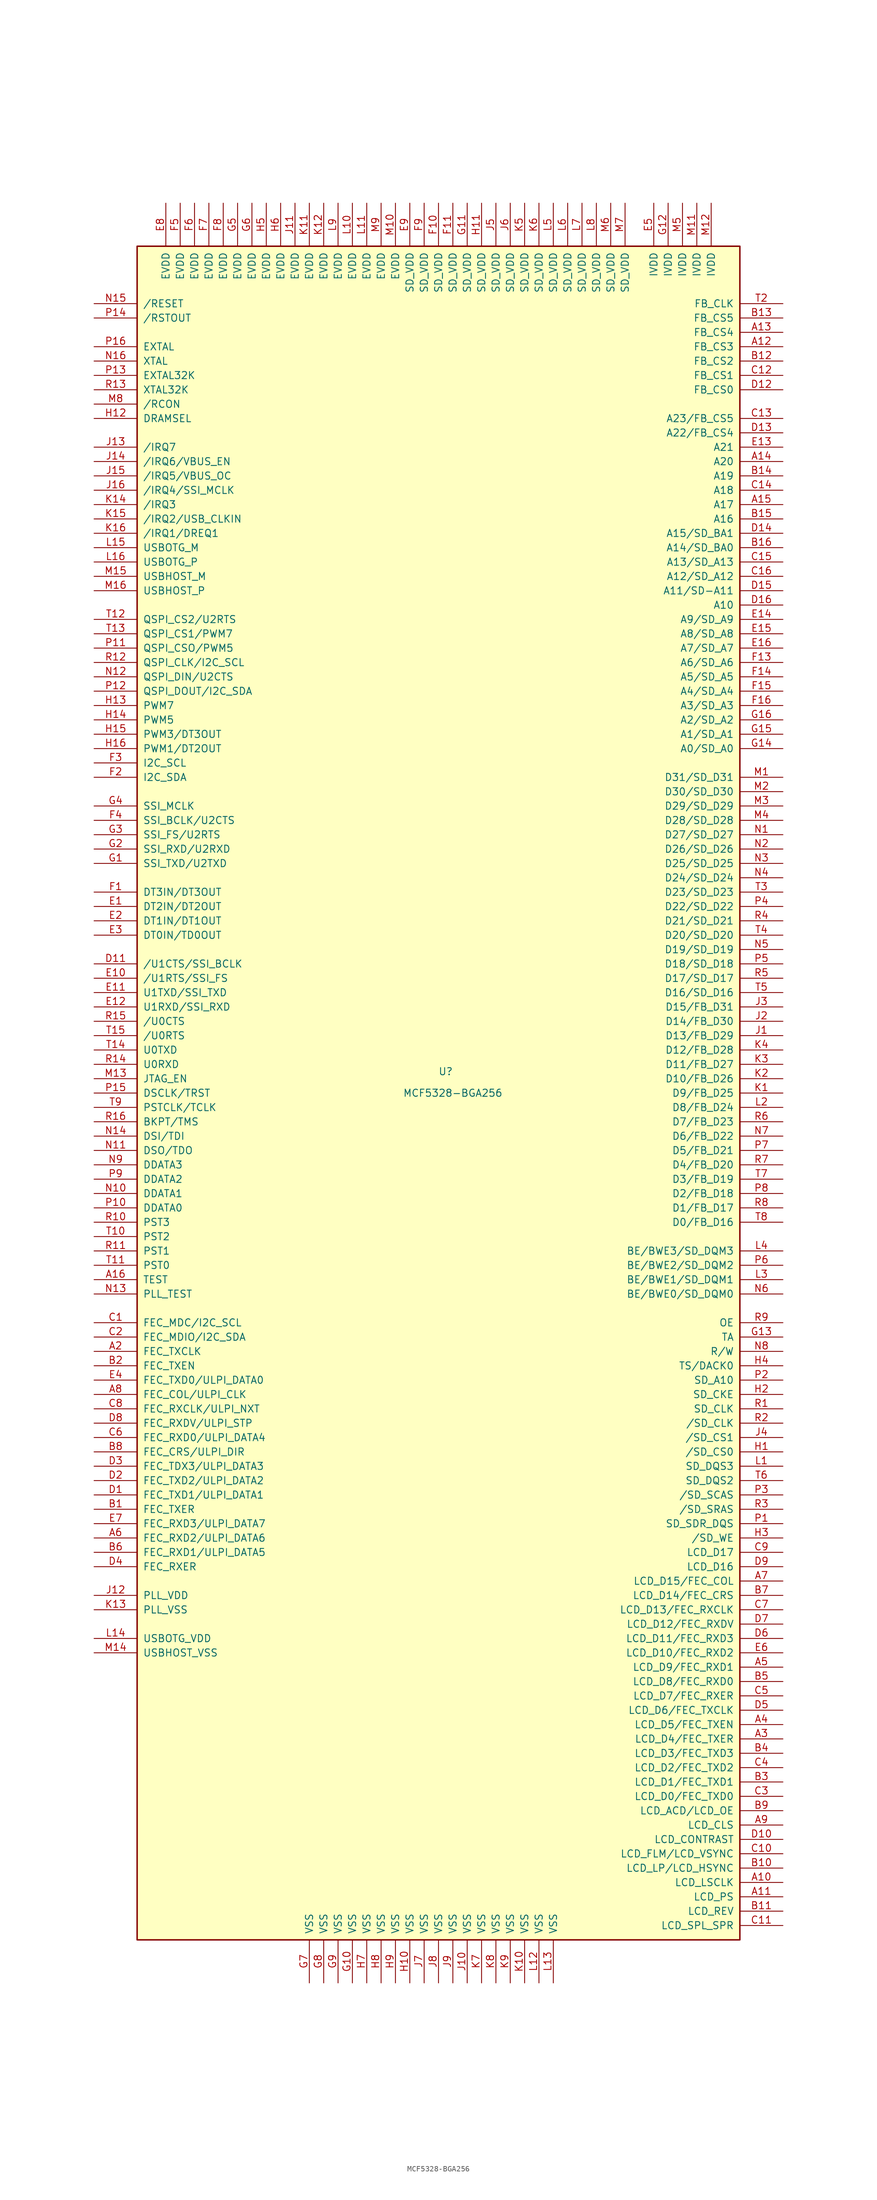
<source format=kicad_sym>
(kicad_symbol_lib
  (version 20211014)
  (generator kicad_symbol_editor)
  (symbol "MCF5328-BGA256"
    (pin_names
      (offset 1.016))
    (property "Reference" "U"
      (at 1.27 3.81 0)
      (effects (font (size 1.27 1.27))))
    (property "Value" "MCF5328-BGA256"
      (at 2.54 0 0)
      (effects (font (size 1.27 1.27))))
    (symbol "MCF5328-BGA256_0_1"
      (rectangle (start -53.34 149.86) (end 53.34 -149.86) (stroke (width 0.254) (type default) (color 0 0 0 0)) (fill (type background))))
    (symbol "MCF5328-BGA256_1_1"
      (pin output line (at 60.96 -139.7 180) (length 7.62) (name "LCD_LSCLK" (effects (font (size 1.27 1.27)))) (number "A10" (effects (font (size 1.27 1.27)))))
      (pin output line (at 60.96 -142.24 180) (length 7.62) (name "LCD_PS" (effects (font (size 1.27 1.27)))) (number "A11" (effects (font (size 1.27 1.27)))))
      (pin output line (at 60.96 132.08 180) (length 7.62) (name "FB_CS3" (effects (font (size 1.27 1.27)))) (number "A12" (effects (font (size 1.27 1.27)))))
      (pin output line (at 60.96 134.62 180) (length 7.62) (name "FB_CS4" (effects (font (size 1.27 1.27)))) (number "A13" (effects (font (size 1.27 1.27)))))
      (pin output line (at 60.96 111.76 180) (length 7.62) (name "A20" (effects (font (size 1.27 1.27)))) (number "A14" (effects (font (size 1.27 1.27)))))
      (pin output line (at 60.96 104.14 180) (length 7.62) (name "A17" (effects (font (size 1.27 1.27)))) (number "A15" (effects (font (size 1.27 1.27)))))
      (pin input line (at -60.96 -33.02 0) (length 7.62) (name "TEST" (effects (font (size 1.27 1.27)))) (number "A16" (effects (font (size 1.27 1.27)))))
      (pin input line (at -60.96 -45.72 0) (length 7.62) (name "FEC_TXCLK" (effects (font (size 1.27 1.27)))) (number "A2" (effects (font (size 1.27 1.27)))))
      (pin output line (at 60.96 -114.3 180) (length 7.62) (name "LCD_D4/FEC_TXER" (effects (font (size 1.27 1.27)))) (number "A3" (effects (font (size 1.27 1.27)))))
      (pin output line (at 60.96 -111.76 180) (length 7.62) (name "LCD_D5/FEC_TXEN" (effects (font (size 1.27 1.27)))) (number "A4" (effects (font (size 1.27 1.27)))))
      (pin output line (at 60.96 -101.6 180) (length 7.62) (name "LCD_D9/FEC_RXD1" (effects (font (size 1.27 1.27)))) (number "A5" (effects (font (size 1.27 1.27)))))
      (pin input line (at -60.96 -78.74 0) (length 7.62) (name "FEC_RXD2/ULPI_DATA6" (effects (font (size 1.27 1.27)))) (number "A6" (effects (font (size 1.27 1.27)))))
      (pin output line (at 60.96 -86.36 180) (length 7.62) (name "LCD_D15/FEC_COL" (effects (font (size 1.27 1.27)))) (number "A7" (effects (font (size 1.27 1.27)))))
      (pin input line (at -60.96 -53.34 0) (length 7.62) (name "FEC_COL/ULPI_CLK" (effects (font (size 1.27 1.27)))) (number "A8" (effects (font (size 1.27 1.27)))))
      (pin output line (at 60.96 -129.54 180) (length 7.62) (name "LCD_CLS" (effects (font (size 1.27 1.27)))) (number "A9" (effects (font (size 1.27 1.27)))))
      (pin output line (at -60.96 -73.66 0) (length 7.62) (name "FEC_TXER" (effects (font (size 1.27 1.27)))) (number "B1" (effects (font (size 1.27 1.27)))))
      (pin output line (at 60.96 -137.16 180) (length 7.62) (name "LCD_LP/LCD_HSYNC" (effects (font (size 1.27 1.27)))) (number "B10" (effects (font (size 1.27 1.27)))))
      (pin output line (at 60.96 -144.78 180) (length 7.62) (name "LCD_REV" (effects (font (size 1.27 1.27)))) (number "B11" (effects (font (size 1.27 1.27)))))
      (pin output line (at 60.96 129.54 180) (length 7.62) (name "FB_CS2" (effects (font (size 1.27 1.27)))) (number "B12" (effects (font (size 1.27 1.27)))))
      (pin output line (at 60.96 137.16 180) (length 7.62) (name "FB_CS5" (effects (font (size 1.27 1.27)))) (number "B13" (effects (font (size 1.27 1.27)))))
      (pin output line (at 60.96 109.22 180) (length 7.62) (name "A19" (effects (font (size 1.27 1.27)))) (number "B14" (effects (font (size 1.27 1.27)))))
      (pin output line (at 60.96 101.6 180) (length 7.62) (name "A16" (effects (font (size 1.27 1.27)))) (number "B15" (effects (font (size 1.27 1.27)))))
      (pin output line (at 60.96 96.52 180) (length 7.62) (name "A14/SD_BA0" (effects (font (size 1.27 1.27)))) (number "B16" (effects (font (size 1.27 1.27)))))
      (pin output line (at -60.96 -48.26 0) (length 7.62) (name "FEC_TXEN" (effects (font (size 1.27 1.27)))) (number "B2" (effects (font (size 1.27 1.27)))))
      (pin output line (at 60.96 -121.92 180) (length 7.62) (name "LCD_D1/FEC_TXD1" (effects (font (size 1.27 1.27)))) (number "B3" (effects (font (size 1.27 1.27)))))
      (pin output line (at 60.96 -116.84 180) (length 7.62) (name "LCD_D3/FEC_TXD3" (effects (font (size 1.27 1.27)))) (number "B4" (effects (font (size 1.27 1.27)))))
      (pin output line (at 60.96 -104.14 180) (length 7.62) (name "LCD_D8/FEC_RXD0" (effects (font (size 1.27 1.27)))) (number "B5" (effects (font (size 1.27 1.27)))))
      (pin input line (at -60.96 -81.28 0) (length 7.62) (name "FEC_RXD1/ULPI_DATA5" (effects (font (size 1.27 1.27)))) (number "B6" (effects (font (size 1.27 1.27)))))
      (pin output line (at 60.96 -88.9 180) (length 7.62) (name "LCD_D14/FEC_CRS" (effects (font (size 1.27 1.27)))) (number "B7" (effects (font (size 1.27 1.27)))))
      (pin input line (at -60.96 -63.5 0) (length 7.62) (name "FEC_CRS/ULPI_DIR" (effects (font (size 1.27 1.27)))) (number "B8" (effects (font (size 1.27 1.27)))))
      (pin output line (at 60.96 -127 180) (length 7.62) (name "LCD_ACD/LCD_OE" (effects (font (size 1.27 1.27)))) (number "B9" (effects (font (size 1.27 1.27)))))
      (pin output line (at -60.96 -40.64 0) (length 7.62) (name "FEC_MDC/I2C_SCL" (effects (font (size 1.27 1.27)))) (number "C1" (effects (font (size 1.27 1.27)))))
      (pin output line (at 60.96 -134.62 180) (length 7.62) (name "LCD_FLM/LCD_VSYNC" (effects (font (size 1.27 1.27)))) (number "C10" (effects (font (size 1.27 1.27)))))
      (pin output line (at 60.96 -147.32 180) (length 7.62) (name "LCD_SPL_SPR" (effects (font (size 1.27 1.27)))) (number "C11" (effects (font (size 1.27 1.27)))))
      (pin output line (at 60.96 127 180) (length 7.62) (name "FB_CS1" (effects (font (size 1.27 1.27)))) (number "C12" (effects (font (size 1.27 1.27)))))
      (pin output line (at 60.96 119.38 180) (length 7.62) (name "A23/FB_CS5" (effects (font (size 1.27 1.27)))) (number "C13" (effects (font (size 1.27 1.27)))))
      (pin output line (at 60.96 106.68 180) (length 7.62) (name "A18" (effects (font (size 1.27 1.27)))) (number "C14" (effects (font (size 1.27 1.27)))))
      (pin output line (at 60.96 93.98 180) (length 7.62) (name "A13/SD_A13" (effects (font (size 1.27 1.27)))) (number "C15" (effects (font (size 1.27 1.27)))))
      (pin output line (at 60.96 91.44 180) (length 7.62) (name "A12/SD_A12" (effects (font (size 1.27 1.27)))) (number "C16" (effects (font (size 1.27 1.27)))))
      (pin bidirectional line (at -60.96 -43.18 0) (length 7.62) (name "FEC_MDIO/I2C_SDA" (effects (font (size 1.27 1.27)))) (number "C2" (effects (font (size 1.27 1.27)))))
      (pin output line (at 60.96 -124.46 180) (length 7.62) (name "LCD_D0/FEC_TXD0" (effects (font (size 1.27 1.27)))) (number "C3" (effects (font (size 1.27 1.27)))))
      (pin output line (at 60.96 -119.38 180) (length 7.62) (name "LCD_D2/FEC_TXD2" (effects (font (size 1.27 1.27)))) (number "C4" (effects (font (size 1.27 1.27)))))
      (pin output line (at 60.96 -106.68 180) (length 7.62) (name "LCD_D7/FEC_RXER" (effects (font (size 1.27 1.27)))) (number "C5" (effects (font (size 1.27 1.27)))))
      (pin input line (at -60.96 -60.96 0) (length 7.62) (name "FEC_RXD0/ULPI_DATA4" (effects (font (size 1.27 1.27)))) (number "C6" (effects (font (size 1.27 1.27)))))
      (pin output line (at 60.96 -91.44 180) (length 7.62) (name "LCD_D13/FEC_RXCLK" (effects (font (size 1.27 1.27)))) (number "C7" (effects (font (size 1.27 1.27)))))
      (pin input line (at -60.96 -55.88 0) (length 7.62) (name "FEC_RXCLK/ULPI_NXT" (effects (font (size 1.27 1.27)))) (number "C8" (effects (font (size 1.27 1.27)))))
      (pin output line (at 60.96 -81.28 180) (length 7.62) (name "LCD_D17" (effects (font (size 1.27 1.27)))) (number "C9" (effects (font (size 1.27 1.27)))))
      (pin output line (at -60.96 -71.12 0) (length 7.62) (name "FEC_TXD1/ULPI_DATA1" (effects (font (size 1.27 1.27)))) (number "D1" (effects (font (size 1.27 1.27)))))
      (pin output line (at 60.96 -132.08 180) (length 7.62) (name "LCD_CONTRAST" (effects (font (size 1.27 1.27)))) (number "D10" (effects (font (size 1.27 1.27)))))
      (pin input line (at -60.96 22.86 0) (length 7.62) (name "/U1CTS/SSI_BCLK" (effects (font (size 1.27 1.27)))) (number "D11" (effects (font (size 1.27 1.27)))))
      (pin output line (at 60.96 124.46 180) (length 7.62) (name "FB_CS0" (effects (font (size 1.27 1.27)))) (number "D12" (effects (font (size 1.27 1.27)))))
      (pin output line (at 60.96 116.84 180) (length 7.62) (name "A22/FB_CS4" (effects (font (size 1.27 1.27)))) (number "D13" (effects (font (size 1.27 1.27)))))
      (pin output line (at 60.96 99.06 180) (length 7.62) (name "A15/SD_BA1" (effects (font (size 1.27 1.27)))) (number "D14" (effects (font (size 1.27 1.27)))))
      (pin output line (at 60.96 88.9 180) (length 7.62) (name "A11/SD-A11" (effects (font (size 1.27 1.27)))) (number "D15" (effects (font (size 1.27 1.27)))))
      (pin output line (at 60.96 86.36 180) (length 7.62) (name "A10" (effects (font (size 1.27 1.27)))) (number "D16" (effects (font (size 1.27 1.27)))))
      (pin output line (at -60.96 -68.58 0) (length 7.62) (name "FEC_TXD2/ULPI_DATA2" (effects (font (size 1.27 1.27)))) (number "D2" (effects (font (size 1.27 1.27)))))
      (pin output line (at -60.96 -66.04 0) (length 7.62) (name "FEC_TDX3/ULPI_DATA3" (effects (font (size 1.27 1.27)))) (number "D3" (effects (font (size 1.27 1.27)))))
      (pin input line (at -60.96 -83.82 0) (length 7.62) (name "FEC_RXER" (effects (font (size 1.27 1.27)))) (number "D4" (effects (font (size 1.27 1.27)))))
      (pin output line (at 60.96 -109.22 180) (length 7.62) (name "LCD_D6/FEC_TXCLK" (effects (font (size 1.27 1.27)))) (number "D5" (effects (font (size 1.27 1.27)))))
      (pin output line (at 60.96 -96.52 180) (length 7.62) (name "LCD_D11/FEC_RXD3" (effects (font (size 1.27 1.27)))) (number "D6" (effects (font (size 1.27 1.27)))))
      (pin output line (at 60.96 -93.98 180) (length 7.62) (name "LCD_D12/FEC_RXDV" (effects (font (size 1.27 1.27)))) (number "D7" (effects (font (size 1.27 1.27)))))
      (pin input line (at -60.96 -58.42 0) (length 7.62) (name "FEC_RXDV/ULPI_STP" (effects (font (size 1.27 1.27)))) (number "D8" (effects (font (size 1.27 1.27)))))
      (pin output line (at 60.96 -83.82 180) (length 7.62) (name "LCD_D16" (effects (font (size 1.27 1.27)))) (number "D9" (effects (font (size 1.27 1.27)))))
      (pin input line (at -60.96 33.02 0) (length 7.62) (name "DT2IN/DT2OUT" (effects (font (size 1.27 1.27)))) (number "E1" (effects (font (size 1.27 1.27)))))
      (pin output line (at -60.96 20.32 0) (length 7.62) (name "/U1RTS/SSI_FS" (effects (font (size 1.27 1.27)))) (number "E10" (effects (font (size 1.27 1.27)))))
      (pin output line (at -60.96 17.78 0) (length 7.62) (name "U1TXD/SSI_TXD" (effects (font (size 1.27 1.27)))) (number "E11" (effects (font (size 1.27 1.27)))))
      (pin input line (at -60.96 15.24 0) (length 7.62) (name "U1RXD/SSI_RXD" (effects (font (size 1.27 1.27)))) (number "E12" (effects (font (size 1.27 1.27)))))
      (pin output line (at 60.96 114.3 180) (length 7.62) (name "A21" (effects (font (size 1.27 1.27)))) (number "E13" (effects (font (size 1.27 1.27)))))
      (pin output line (at 60.96 83.82 180) (length 7.62) (name "A9/SD_A9" (effects (font (size 1.27 1.27)))) (number "E14" (effects (font (size 1.27 1.27)))))
      (pin output line (at 60.96 81.28 180) (length 7.62) (name "A8/SD_A8" (effects (font (size 1.27 1.27)))) (number "E15" (effects (font (size 1.27 1.27)))))
      (pin output line (at 60.96 78.74 180) (length 7.62) (name "A7/SD_A7" (effects (font (size 1.27 1.27)))) (number "E16" (effects (font (size 1.27 1.27)))))
      (pin input line (at -60.96 30.48 0) (length 7.62) (name "DT1IN/DT1OUT" (effects (font (size 1.27 1.27)))) (number "E2" (effects (font (size 1.27 1.27)))))
      (pin input line (at -60.96 27.94 0) (length 7.62) (name "DT0IN/TD0OUT" (effects (font (size 1.27 1.27)))) (number "E3" (effects (font (size 1.27 1.27)))))
      (pin output line (at -60.96 -50.8 0) (length 7.62) (name "FEC_TXD0/ULPI_DATA0" (effects (font (size 1.27 1.27)))) (number "E4" (effects (font (size 1.27 1.27)))))
      (pin power_in line (at 38.1 157.48 270) (length 7.62) (name "IVDD" (effects (font (size 1.27 1.27)))) (number "E5" (effects (font (size 1.27 1.27)))))
      (pin output line (at 60.96 -99.06 180) (length 7.62) (name "LCD_D10/FEC_RXD2" (effects (font (size 1.27 1.27)))) (number "E6" (effects (font (size 1.27 1.27)))))
      (pin input line (at -60.96 -76.2 0) (length 7.62) (name "FEC_RXD3/ULPI_DATA7" (effects (font (size 1.27 1.27)))) (number "E7" (effects (font (size 1.27 1.27)))))
      (pin power_in line (at -48.26 157.48 270) (length 7.62) (name "EVDD" (effects (font (size 1.27 1.27)))) (number "E8" (effects (font (size 1.27 1.27)))))
      (pin power_in line (at -5.08 157.48 270) (length 7.62) (name "SD_VDD" (effects (font (size 1.27 1.27)))) (number "E9" (effects (font (size 1.27 1.27)))))
      (pin input line (at -60.96 35.56 0) (length 7.62) (name "DT3IN/DT3OUT" (effects (font (size 1.27 1.27)))) (number "F1" (effects (font (size 1.27 1.27)))))
      (pin power_in line (at 0 157.48 270) (length 7.62) (name "SD_VDD" (effects (font (size 1.27 1.27)))) (number "F10" (effects (font (size 1.27 1.27)))))
      (pin power_in line (at 2.54 157.48 270) (length 7.62) (name "SD_VDD" (effects (font (size 1.27 1.27)))) (number "F11" (effects (font (size 1.27 1.27)))))
      (pin output line (at 60.96 76.2 180) (length 7.62) (name "A6/SD_A6" (effects (font (size 1.27 1.27)))) (number "F13" (effects (font (size 1.27 1.27)))))
      (pin output line (at 60.96 73.66 180) (length 7.62) (name "A5/SD_A5" (effects (font (size 1.27 1.27)))) (number "F14" (effects (font (size 1.27 1.27)))))
      (pin output line (at 60.96 71.12 180) (length 7.62) (name "A4/SD_A4" (effects (font (size 1.27 1.27)))) (number "F15" (effects (font (size 1.27 1.27)))))
      (pin output line (at 60.96 68.58 180) (length 7.62) (name "A3/SD_A3" (effects (font (size 1.27 1.27)))) (number "F16" (effects (font (size 1.27 1.27)))))
      (pin bidirectional line (at -60.96 55.88 0) (length 7.62) (name "I2C_SDA" (effects (font (size 1.27 1.27)))) (number "F2" (effects (font (size 1.27 1.27)))))
      (pin bidirectional line (at -60.96 58.42 0) (length 7.62) (name "I2C_SCL" (effects (font (size 1.27 1.27)))) (number "F3" (effects (font (size 1.27 1.27)))))
      (pin bidirectional line (at -60.96 48.26 0) (length 7.62) (name "SSI_BCLK/U2CTS" (effects (font (size 1.27 1.27)))) (number "F4" (effects (font (size 1.27 1.27)))))
      (pin power_in line (at -45.72 157.48 270) (length 7.62) (name "EVDD" (effects (font (size 1.27 1.27)))) (number "F5" (effects (font (size 1.27 1.27)))))
      (pin power_in line (at -43.18 157.48 270) (length 7.62) (name "EVDD" (effects (font (size 1.27 1.27)))) (number "F6" (effects (font (size 1.27 1.27)))))
      (pin power_in line (at -40.64 157.48 270) (length 7.62) (name "EVDD" (effects (font (size 1.27 1.27)))) (number "F7" (effects (font (size 1.27 1.27)))))
      (pin power_in line (at -38.1 157.48 270) (length 7.62) (name "EVDD" (effects (font (size 1.27 1.27)))) (number "F8" (effects (font (size 1.27 1.27)))))
      (pin power_in line (at -2.54 157.48 270) (length 7.62) (name "SD_VDD" (effects (font (size 1.27 1.27)))) (number "F9" (effects (font (size 1.27 1.27)))))
      (pin output line (at -60.96 40.64 0) (length 7.62) (name "SSI_TXD/U2TXD" (effects (font (size 1.27 1.27)))) (number "G1" (effects (font (size 1.27 1.27)))))
      (pin power_in line (at -15.24 -157.48 90) (length 7.62) (name "VSS" (effects (font (size 1.27 1.27)))) (number "G10" (effects (font (size 1.27 1.27)))))
      (pin power_in line (at 5.08 157.48 270) (length 7.62) (name "SD_VDD" (effects (font (size 1.27 1.27)))) (number "G11" (effects (font (size 1.27 1.27)))))
      (pin power_in line (at 40.64 157.48 270) (length 7.62) (name "IVDD" (effects (font (size 1.27 1.27)))) (number "G12" (effects (font (size 1.27 1.27)))))
      (pin input line (at 60.96 -43.18 180) (length 7.62) (name "TA" (effects (font (size 1.27 1.27)))) (number "G13" (effects (font (size 1.27 1.27)))))
      (pin output line (at 60.96 60.96 180) (length 7.62) (name "A0/SD_A0" (effects (font (size 1.27 1.27)))) (number "G14" (effects (font (size 1.27 1.27)))))
      (pin output line (at 60.96 63.5 180) (length 7.62) (name "A1/SD_A1" (effects (font (size 1.27 1.27)))) (number "G15" (effects (font (size 1.27 1.27)))))
      (pin output line (at 60.96 66.04 180) (length 7.62) (name "A2/SD_A2" (effects (font (size 1.27 1.27)))) (number "G16" (effects (font (size 1.27 1.27)))))
      (pin input line (at -60.96 43.18 0) (length 7.62) (name "SSI_RXD/U2RXD" (effects (font (size 1.27 1.27)))) (number "G2" (effects (font (size 1.27 1.27)))))
      (pin bidirectional line (at -60.96 45.72 0) (length 7.62) (name "SSI_FS/U2RTS" (effects (font (size 1.27 1.27)))) (number "G3" (effects (font (size 1.27 1.27)))))
      (pin bidirectional line (at -60.96 50.8 0) (length 7.62) (name "SSI_MCLK" (effects (font (size 1.27 1.27)))) (number "G4" (effects (font (size 1.27 1.27)))))
      (pin power_in line (at -35.56 157.48 270) (length 7.62) (name "EVDD" (effects (font (size 1.27 1.27)))) (number "G5" (effects (font (size 1.27 1.27)))))
      (pin power_in line (at -33.02 157.48 270) (length 7.62) (name "EVDD" (effects (font (size 1.27 1.27)))) (number "G6" (effects (font (size 1.27 1.27)))))
      (pin power_in line (at -22.86 -157.48 90) (length 7.62) (name "VSS" (effects (font (size 1.27 1.27)))) (number "G7" (effects (font (size 1.27 1.27)))))
      (pin power_in line (at -20.32 -157.48 90) (length 7.62) (name "VSS" (effects (font (size 1.27 1.27)))) (number "G8" (effects (font (size 1.27 1.27)))))
      (pin power_in line (at -17.78 -157.48 90) (length 7.62) (name "VSS" (effects (font (size 1.27 1.27)))) (number "G9" (effects (font (size 1.27 1.27)))))
      (pin output line (at 60.96 -63.5 180) (length 7.62) (name "/SD_CS0" (effects (font (size 1.27 1.27)))) (number "H1" (effects (font (size 1.27 1.27)))))
      (pin power_in line (at -5.08 -157.48 90) (length 7.62) (name "VSS" (effects (font (size 1.27 1.27)))) (number "H10" (effects (font (size 1.27 1.27)))))
      (pin power_in line (at 7.62 157.48 270) (length 7.62) (name "SD_VDD" (effects (font (size 1.27 1.27)))) (number "H11" (effects (font (size 1.27 1.27)))))
      (pin input line (at -60.96 119.38 0) (length 7.62) (name "DRAMSEL" (effects (font (size 1.27 1.27)))) (number "H12" (effects (font (size 1.27 1.27)))))
      (pin bidirectional line (at -60.96 68.58 0) (length 7.62) (name "PWM7" (effects (font (size 1.27 1.27)))) (number "H13" (effects (font (size 1.27 1.27)))))
      (pin bidirectional line (at -60.96 66.04 0) (length 7.62) (name "PWM5" (effects (font (size 1.27 1.27)))) (number "H14" (effects (font (size 1.27 1.27)))))
      (pin bidirectional line (at -60.96 63.5 0) (length 7.62) (name "PWM3/DT3OUT" (effects (font (size 1.27 1.27)))) (number "H15" (effects (font (size 1.27 1.27)))))
      (pin bidirectional line (at -60.96 60.96 0) (length 7.62) (name "PWM1/DT2OUT" (effects (font (size 1.27 1.27)))) (number "H16" (effects (font (size 1.27 1.27)))))
      (pin output line (at 60.96 -53.34 180) (length 7.62) (name "SD_CKE" (effects (font (size 1.27 1.27)))) (number "H2" (effects (font (size 1.27 1.27)))))
      (pin output line (at 60.96 -78.74 180) (length 7.62) (name "/SD_WE" (effects (font (size 1.27 1.27)))) (number "H3" (effects (font (size 1.27 1.27)))))
      (pin output line (at 60.96 -48.26 180) (length 7.62) (name "TS/DACK0" (effects (font (size 1.27 1.27)))) (number "H4" (effects (font (size 1.27 1.27)))))
      (pin power_in line (at -30.48 157.48 270) (length 7.62) (name "EVDD" (effects (font (size 1.27 1.27)))) (number "H5" (effects (font (size 1.27 1.27)))))
      (pin power_in line (at -27.94 157.48 270) (length 7.62) (name "EVDD" (effects (font (size 1.27 1.27)))) (number "H6" (effects (font (size 1.27 1.27)))))
      (pin power_in line (at -12.7 -157.48 90) (length 7.62) (name "VSS" (effects (font (size 1.27 1.27)))) (number "H7" (effects (font (size 1.27 1.27)))))
      (pin power_in line (at -10.16 -157.48 90) (length 7.62) (name "VSS" (effects (font (size 1.27 1.27)))) (number "H8" (effects (font (size 1.27 1.27)))))
      (pin power_in line (at -7.62 -157.48 90) (length 7.62) (name "VSS" (effects (font (size 1.27 1.27)))) (number "H9" (effects (font (size 1.27 1.27)))))
      (pin output line (at 60.96 10.16 180) (length 7.62) (name "D13/FB_D29" (effects (font (size 1.27 1.27)))) (number "J1" (effects (font (size 1.27 1.27)))))
      (pin power_in line (at 5.08 -157.48 90) (length 7.62) (name "VSS" (effects (font (size 1.27 1.27)))) (number "J10" (effects (font (size 1.27 1.27)))))
      (pin power_in line (at -25.4 157.48 270) (length 7.62) (name "EVDD" (effects (font (size 1.27 1.27)))) (number "J11" (effects (font (size 1.27 1.27)))))
      (pin power_in line (at -60.96 -88.9 0) (length 7.62) (name "PLL_VDD" (effects (font (size 1.27 1.27)))) (number "J12" (effects (font (size 1.27 1.27)))))
      (pin input line (at -60.96 114.3 0) (length 7.62) (name "/IRQ7" (effects (font (size 1.27 1.27)))) (number "J13" (effects (font (size 1.27 1.27)))))
      (pin input line (at -60.96 111.76 0) (length 7.62) (name "/IRQ6/VBUS_EN" (effects (font (size 1.27 1.27)))) (number "J14" (effects (font (size 1.27 1.27)))))
      (pin input line (at -60.96 109.22 0) (length 7.62) (name "/IRQ5/VBUS_OC" (effects (font (size 1.27 1.27)))) (number "J15" (effects (font (size 1.27 1.27)))))
      (pin input line (at -60.96 106.68 0) (length 7.62) (name "/IRQ4/SSI_MCLK" (effects (font (size 1.27 1.27)))) (number "J16" (effects (font (size 1.27 1.27)))))
      (pin output line (at 60.96 12.7 180) (length 7.62) (name "D14/FB_D30" (effects (font (size 1.27 1.27)))) (number "J2" (effects (font (size 1.27 1.27)))))
      (pin output line (at 60.96 15.24 180) (length 7.62) (name "D15/FB_D31" (effects (font (size 1.27 1.27)))) (number "J3" (effects (font (size 1.27 1.27)))))
      (pin output line (at 60.96 -60.96 180) (length 7.62) (name "/SD_CS1" (effects (font (size 1.27 1.27)))) (number "J4" (effects (font (size 1.27 1.27)))))
      (pin power_in line (at 10.16 157.48 270) (length 7.62) (name "SD_VDD" (effects (font (size 1.27 1.27)))) (number "J5" (effects (font (size 1.27 1.27)))))
      (pin power_in line (at 12.7 157.48 270) (length 7.62) (name "SD_VDD" (effects (font (size 1.27 1.27)))) (number "J6" (effects (font (size 1.27 1.27)))))
      (pin power_in line (at -2.54 -157.48 90) (length 7.62) (name "VSS" (effects (font (size 1.27 1.27)))) (number "J7" (effects (font (size 1.27 1.27)))))
      (pin power_in line (at 0 -157.48 90) (length 7.62) (name "VSS" (effects (font (size 1.27 1.27)))) (number "J8" (effects (font (size 1.27 1.27)))))
      (pin power_in line (at 2.54 -157.48 90) (length 7.62) (name "VSS" (effects (font (size 1.27 1.27)))) (number "J9" (effects (font (size 1.27 1.27)))))
      (pin output line (at 60.96 0 180) (length 7.62) (name "D9/FB_D25" (effects (font (size 1.27 1.27)))) (number "K1" (effects (font (size 1.27 1.27)))))
      (pin power_in line (at 15.24 -157.48 90) (length 7.62) (name "VSS" (effects (font (size 1.27 1.27)))) (number "K10" (effects (font (size 1.27 1.27)))))
      (pin power_in line (at -22.86 157.48 270) (length 7.62) (name "EVDD" (effects (font (size 1.27 1.27)))) (number "K11" (effects (font (size 1.27 1.27)))))
      (pin power_in line (at -20.32 157.48 270) (length 7.62) (name "EVDD" (effects (font (size 1.27 1.27)))) (number "K12" (effects (font (size 1.27 1.27)))))
      (pin power_in line (at -60.96 -91.44 0) (length 7.62) (name "PLL_VSS" (effects (font (size 1.27 1.27)))) (number "K13" (effects (font (size 1.27 1.27)))))
      (pin input line (at -60.96 104.14 0) (length 7.62) (name "/IRQ3" (effects (font (size 1.27 1.27)))) (number "K14" (effects (font (size 1.27 1.27)))))
      (pin input line (at -60.96 101.6 0) (length 7.62) (name "/IRQ2/USB_CLKIN" (effects (font (size 1.27 1.27)))) (number "K15" (effects (font (size 1.27 1.27)))))
      (pin input line (at -60.96 99.06 0) (length 7.62) (name "/IRQ1/DREQ1" (effects (font (size 1.27 1.27)))) (number "K16" (effects (font (size 1.27 1.27)))))
      (pin output line (at 60.96 2.54 180) (length 7.62) (name "D10/FB_D26" (effects (font (size 1.27 1.27)))) (number "K2" (effects (font (size 1.27 1.27)))))
      (pin output line (at 60.96 5.08 180) (length 7.62) (name "D11/FB_D27" (effects (font (size 1.27 1.27)))) (number "K3" (effects (font (size 1.27 1.27)))))
      (pin output line (at 60.96 7.62 180) (length 7.62) (name "D12/FB_D28" (effects (font (size 1.27 1.27)))) (number "K4" (effects (font (size 1.27 1.27)))))
      (pin power_in line (at 15.24 157.48 270) (length 7.62) (name "SD_VDD" (effects (font (size 1.27 1.27)))) (number "K5" (effects (font (size 1.27 1.27)))))
      (pin power_in line (at 17.78 157.48 270) (length 7.62) (name "SD_VDD" (effects (font (size 1.27 1.27)))) (number "K6" (effects (font (size 1.27 1.27)))))
      (pin power_in line (at 7.62 -157.48 90) (length 7.62) (name "VSS" (effects (font (size 1.27 1.27)))) (number "K7" (effects (font (size 1.27 1.27)))))
      (pin power_in line (at 10.16 -157.48 90) (length 7.62) (name "VSS" (effects (font (size 1.27 1.27)))) (number "K8" (effects (font (size 1.27 1.27)))))
      (pin power_in line (at 12.7 -157.48 90) (length 7.62) (name "VSS" (effects (font (size 1.27 1.27)))) (number "K9" (effects (font (size 1.27 1.27)))))
      (pin input line (at 60.96 -66.04 180) (length 7.62) (name "SD_DQS3" (effects (font (size 1.27 1.27)))) (number "L1" (effects (font (size 1.27 1.27)))))
      (pin power_in line (at -15.24 157.48 270) (length 7.62) (name "EVDD" (effects (font (size 1.27 1.27)))) (number "L10" (effects (font (size 1.27 1.27)))))
      (pin power_in line (at -12.7 157.48 270) (length 7.62) (name "EVDD" (effects (font (size 1.27 1.27)))) (number "L11" (effects (font (size 1.27 1.27)))))
      (pin power_in line (at 17.78 -157.48 90) (length 7.62) (name "VSS" (effects (font (size 1.27 1.27)))) (number "L12" (effects (font (size 1.27 1.27)))))
      (pin power_in line (at 20.32 -157.48 90) (length 7.62) (name "VSS" (effects (font (size 1.27 1.27)))) (number "L13" (effects (font (size 1.27 1.27)))))
      (pin power_in line (at -60.96 -96.52 0) (length 7.62) (name "USBOTG_VDD" (effects (font (size 1.27 1.27)))) (number "L14" (effects (font (size 1.27 1.27)))))
      (pin bidirectional line (at -60.96 96.52 0) (length 7.62) (name "USBOTG_M" (effects (font (size 1.27 1.27)))) (number "L15" (effects (font (size 1.27 1.27)))))
      (pin bidirectional line (at -60.96 93.98 0) (length 7.62) (name "USBOTG_P" (effects (font (size 1.27 1.27)))) (number "L16" (effects (font (size 1.27 1.27)))))
      (pin output line (at 60.96 -2.54 180) (length 7.62) (name "D8/FB_D24" (effects (font (size 1.27 1.27)))) (number "L2" (effects (font (size 1.27 1.27)))))
      (pin output line (at 60.96 -33.02 180) (length 7.62) (name "BE/BWE1/SD_DQM1" (effects (font (size 1.27 1.27)))) (number "L3" (effects (font (size 1.27 1.27)))))
      (pin output line (at 60.96 -27.94 180) (length 7.62) (name "BE/BWE3/SD_DQM3" (effects (font (size 1.27 1.27)))) (number "L4" (effects (font (size 1.27 1.27)))))
      (pin power_in line (at 20.32 157.48 270) (length 7.62) (name "SD_VDD" (effects (font (size 1.27 1.27)))) (number "L5" (effects (font (size 1.27 1.27)))))
      (pin power_in line (at 22.86 157.48 270) (length 7.62) (name "SD_VDD" (effects (font (size 1.27 1.27)))) (number "L6" (effects (font (size 1.27 1.27)))))
      (pin power_in line (at 25.4 157.48 270) (length 7.62) (name "SD_VDD" (effects (font (size 1.27 1.27)))) (number "L7" (effects (font (size 1.27 1.27)))))
      (pin power_in line (at 27.94 157.48 270) (length 7.62) (name "SD_VDD" (effects (font (size 1.27 1.27)))) (number "L8" (effects (font (size 1.27 1.27)))))
      (pin power_in line (at -17.78 157.48 270) (length 7.62) (name "EVDD" (effects (font (size 1.27 1.27)))) (number "L9" (effects (font (size 1.27 1.27)))))
      (pin output line (at 60.96 55.88 180) (length 7.62) (name "D31/SD_D31" (effects (font (size 1.27 1.27)))) (number "M1" (effects (font (size 1.27 1.27)))))
      (pin power_in line (at -7.62 157.48 270) (length 7.62) (name "EVDD" (effects (font (size 1.27 1.27)))) (number "M10" (effects (font (size 1.27 1.27)))))
      (pin power_in line (at 45.72 157.48 270) (length 7.62) (name "IVDD" (effects (font (size 1.27 1.27)))) (number "M11" (effects (font (size 1.27 1.27)))))
      (pin power_in line (at 48.26 157.48 270) (length 7.62) (name "IVDD" (effects (font (size 1.27 1.27)))) (number "M12" (effects (font (size 1.27 1.27)))))
      (pin input line (at -60.96 2.54 0) (length 7.62) (name "JTAG_EN" (effects (font (size 1.27 1.27)))) (number "M13" (effects (font (size 1.27 1.27)))))
      (pin power_in line (at -60.96 -99.06 0) (length 7.62) (name "USBHOST_VSS" (effects (font (size 1.27 1.27)))) (number "M14" (effects (font (size 1.27 1.27)))))
      (pin bidirectional line (at -60.96 91.44 0) (length 7.62) (name "USBHOST_M" (effects (font (size 1.27 1.27)))) (number "M15" (effects (font (size 1.27 1.27)))))
      (pin bidirectional line (at -60.96 88.9 0) (length 7.62) (name "USBHOST_P" (effects (font (size 1.27 1.27)))) (number "M16" (effects (font (size 1.27 1.27)))))
      (pin output line (at 60.96 53.34 180) (length 7.62) (name "D30/SD_D30" (effects (font (size 1.27 1.27)))) (number "M2" (effects (font (size 1.27 1.27)))))
      (pin output line (at 60.96 50.8 180) (length 7.62) (name "D29/SD_D29" (effects (font (size 1.27 1.27)))) (number "M3" (effects (font (size 1.27 1.27)))))
      (pin output line (at 60.96 48.26 180) (length 7.62) (name "D28/SD_D28" (effects (font (size 1.27 1.27)))) (number "M4" (effects (font (size 1.27 1.27)))))
      (pin power_in line (at 43.18 157.48 270) (length 7.62) (name "IVDD" (effects (font (size 1.27 1.27)))) (number "M5" (effects (font (size 1.27 1.27)))))
      (pin power_in line (at 30.48 157.48 270) (length 7.62) (name "SD_VDD" (effects (font (size 1.27 1.27)))) (number "M6" (effects (font (size 1.27 1.27)))))
      (pin power_in line (at 33.02 157.48 270) (length 7.62) (name "SD_VDD" (effects (font (size 1.27 1.27)))) (number "M7" (effects (font (size 1.27 1.27)))))
      (pin input line (at -60.96 121.92 0) (length 7.62) (name "/RCON" (effects (font (size 1.27 1.27)))) (number "M8" (effects (font (size 1.27 1.27)))))
      (pin power_in line (at -10.16 157.48 270) (length 7.62) (name "EVDD" (effects (font (size 1.27 1.27)))) (number "M9" (effects (font (size 1.27 1.27)))))
      (pin output line (at 60.96 45.72 180) (length 7.62) (name "D27/SD_D27" (effects (font (size 1.27 1.27)))) (number "N1" (effects (font (size 1.27 1.27)))))
      (pin output line (at -60.96 -17.78 0) (length 7.62) (name "DDATA1" (effects (font (size 1.27 1.27)))) (number "N10" (effects (font (size 1.27 1.27)))))
      (pin output line (at -60.96 -10.16 0) (length 7.62) (name "DSO/TDO" (effects (font (size 1.27 1.27)))) (number "N11" (effects (font (size 1.27 1.27)))))
      (pin input line (at -60.96 73.66 0) (length 7.62) (name "QSPI_DIN/U2CTS" (effects (font (size 1.27 1.27)))) (number "N12" (effects (font (size 1.27 1.27)))))
      (pin input line (at -60.96 -35.56 0) (length 7.62) (name "PLL_TEST" (effects (font (size 1.27 1.27)))) (number "N13" (effects (font (size 1.27 1.27)))))
      (pin input line (at -60.96 -7.62 0) (length 7.62) (name "DSI/TDI" (effects (font (size 1.27 1.27)))) (number "N14" (effects (font (size 1.27 1.27)))))
      (pin input line (at -60.96 139.7 0) (length 7.62) (name "/RESET" (effects (font (size 1.27 1.27)))) (number "N15" (effects (font (size 1.27 1.27)))))
      (pin output line (at -60.96 129.54 0) (length 7.62) (name "XTAL" (effects (font (size 1.27 1.27)))) (number "N16" (effects (font (size 1.27 1.27)))))
      (pin output line (at 60.96 43.18 180) (length 7.62) (name "D26/SD_D26" (effects (font (size 1.27 1.27)))) (number "N2" (effects (font (size 1.27 1.27)))))
      (pin output line (at 60.96 40.64 180) (length 7.62) (name "D25/SD_D25" (effects (font (size 1.27 1.27)))) (number "N3" (effects (font (size 1.27 1.27)))))
      (pin output line (at 60.96 38.1 180) (length 7.62) (name "D24/SD_D24" (effects (font (size 1.27 1.27)))) (number "N4" (effects (font (size 1.27 1.27)))))
      (pin output line (at 60.96 25.4 180) (length 7.62) (name "D19/SD_D19" (effects (font (size 1.27 1.27)))) (number "N5" (effects (font (size 1.27 1.27)))))
      (pin output line (at 60.96 -35.56 180) (length 7.62) (name "BE/BWE0/SD_DQM0" (effects (font (size 1.27 1.27)))) (number "N6" (effects (font (size 1.27 1.27)))))
      (pin output line (at 60.96 -7.62 180) (length 7.62) (name "D6/FB_D22" (effects (font (size 1.27 1.27)))) (number "N7" (effects (font (size 1.27 1.27)))))
      (pin output line (at 60.96 -45.72 180) (length 7.62) (name "R/W" (effects (font (size 1.27 1.27)))) (number "N8" (effects (font (size 1.27 1.27)))))
      (pin output line (at -60.96 -12.7 0) (length 7.62) (name "DDATA3" (effects (font (size 1.27 1.27)))) (number "N9" (effects (font (size 1.27 1.27)))))
      (pin output line (at 60.96 -76.2 180) (length 7.62) (name "SD_SDR_DQS" (effects (font (size 1.27 1.27)))) (number "P1" (effects (font (size 1.27 1.27)))))
      (pin output line (at -60.96 -20.32 0) (length 7.62) (name "DDATA0" (effects (font (size 1.27 1.27)))) (number "P10" (effects (font (size 1.27 1.27)))))
      (pin output line (at -60.96 78.74 0) (length 7.62) (name "QSPI_CSO/PWM5" (effects (font (size 1.27 1.27)))) (number "P11" (effects (font (size 1.27 1.27)))))
      (pin output line (at -60.96 71.12 0) (length 7.62) (name "QSPI_DOUT/I2C_SDA" (effects (font (size 1.27 1.27)))) (number "P12" (effects (font (size 1.27 1.27)))))
      (pin input line (at -60.96 127 0) (length 7.62) (name "EXTAL32K" (effects (font (size 1.27 1.27)))) (number "P13" (effects (font (size 1.27 1.27)))))
      (pin output line (at -60.96 137.16 0) (length 7.62) (name "/RSTOUT" (effects (font (size 1.27 1.27)))) (number "P14" (effects (font (size 1.27 1.27)))))
      (pin input line (at -60.96 0 0) (length 7.62) (name "DSCLK/TRST" (effects (font (size 1.27 1.27)))) (number "P15" (effects (font (size 1.27 1.27)))))
      (pin input line (at -60.96 132.08 0) (length 7.62) (name "EXTAL" (effects (font (size 1.27 1.27)))) (number "P16" (effects (font (size 1.27 1.27)))))
      (pin output line (at 60.96 -50.8 180) (length 7.62) (name "SD_A10" (effects (font (size 1.27 1.27)))) (number "P2" (effects (font (size 1.27 1.27)))))
      (pin output line (at 60.96 -71.12 180) (length 7.62) (name "/SD_SCAS" (effects (font (size 1.27 1.27)))) (number "P3" (effects (font (size 1.27 1.27)))))
      (pin output line (at 60.96 33.02 180) (length 7.62) (name "D22/SD_D22" (effects (font (size 1.27 1.27)))) (number "P4" (effects (font (size 1.27 1.27)))))
      (pin output line (at 60.96 22.86 180) (length 7.62) (name "D18/SD_D18" (effects (font (size 1.27 1.27)))) (number "P5" (effects (font (size 1.27 1.27)))))
      (pin output line (at 60.96 -30.48 180) (length 7.62) (name "BE/BWE2/SD_DQM2" (effects (font (size 1.27 1.27)))) (number "P6" (effects (font (size 1.27 1.27)))))
      (pin output line (at 60.96 -10.16 180) (length 7.62) (name "D5/FB_D21" (effects (font (size 1.27 1.27)))) (number "P7" (effects (font (size 1.27 1.27)))))
      (pin output line (at 60.96 -17.78 180) (length 7.62) (name "D2/FB_D18" (effects (font (size 1.27 1.27)))) (number "P8" (effects (font (size 1.27 1.27)))))
      (pin output line (at -60.96 -15.24 0) (length 7.62) (name "DDATA2" (effects (font (size 1.27 1.27)))) (number "P9" (effects (font (size 1.27 1.27)))))
      (pin output line (at 60.96 -55.88 180) (length 7.62) (name "SD_CLK" (effects (font (size 1.27 1.27)))) (number "R1" (effects (font (size 1.27 1.27)))))
      (pin output line (at -60.96 -22.86 0) (length 7.62) (name "PST3" (effects (font (size 1.27 1.27)))) (number "R10" (effects (font (size 1.27 1.27)))))
      (pin output line (at -60.96 -27.94 0) (length 7.62) (name "PST1" (effects (font (size 1.27 1.27)))) (number "R11" (effects (font (size 1.27 1.27)))))
      (pin output line (at -60.96 76.2 0) (length 7.62) (name "QSPI_CLK/I2C_SCL" (effects (font (size 1.27 1.27)))) (number "R12" (effects (font (size 1.27 1.27)))))
      (pin output line (at -60.96 124.46 0) (length 7.62) (name "XTAL32K" (effects (font (size 1.27 1.27)))) (number "R13" (effects (font (size 1.27 1.27)))))
      (pin input line (at -60.96 5.08 0) (length 7.62) (name "U0RXD" (effects (font (size 1.27 1.27)))) (number "R14" (effects (font (size 1.27 1.27)))))
      (pin input line (at -60.96 12.7 0) (length 7.62) (name "/U0CTS" (effects (font (size 1.27 1.27)))) (number "R15" (effects (font (size 1.27 1.27)))))
      (pin input line (at -60.96 -5.08 0) (length 7.62) (name "BKPT/TMS" (effects (font (size 1.27 1.27)))) (number "R16" (effects (font (size 1.27 1.27)))))
      (pin output line (at 60.96 -58.42 180) (length 7.62) (name "/SD_CLK" (effects (font (size 1.27 1.27)))) (number "R2" (effects (font (size 1.27 1.27)))))
      (pin output line (at 60.96 -73.66 180) (length 7.62) (name "/SD_SRAS" (effects (font (size 1.27 1.27)))) (number "R3" (effects (font (size 1.27 1.27)))))
      (pin output line (at 60.96 30.48 180) (length 7.62) (name "D21/SD_D21" (effects (font (size 1.27 1.27)))) (number "R4" (effects (font (size 1.27 1.27)))))
      (pin output line (at 60.96 20.32 180) (length 7.62) (name "D17/SD_D17" (effects (font (size 1.27 1.27)))) (number "R5" (effects (font (size 1.27 1.27)))))
      (pin output line (at 60.96 -5.08 180) (length 7.62) (name "D7/FB_D23" (effects (font (size 1.27 1.27)))) (number "R6" (effects (font (size 1.27 1.27)))))
      (pin output line (at 60.96 -12.7 180) (length 7.62) (name "D4/FB_D20" (effects (font (size 1.27 1.27)))) (number "R7" (effects (font (size 1.27 1.27)))))
      (pin output line (at 60.96 -20.32 180) (length 7.62) (name "D1/FB_D17" (effects (font (size 1.27 1.27)))) (number "R8" (effects (font (size 1.27 1.27)))))
      (pin output line (at 60.96 -40.64 180) (length 7.62) (name "OE" (effects (font (size 1.27 1.27)))) (number "R9" (effects (font (size 1.27 1.27)))))
      (pin output line (at -60.96 -25.4 0) (length 7.62) (name "PST2" (effects (font (size 1.27 1.27)))) (number "T10" (effects (font (size 1.27 1.27)))))
      (pin output line (at -60.96 -30.48 0) (length 7.62) (name "PST0" (effects (font (size 1.27 1.27)))) (number "T11" (effects (font (size 1.27 1.27)))))
      (pin output line (at -60.96 83.82 0) (length 7.62) (name "QSPI_CS2/U2RTS" (effects (font (size 1.27 1.27)))) (number "T12" (effects (font (size 1.27 1.27)))))
      (pin output line (at -60.96 81.28 0) (length 7.62) (name "QSPI_CS1/PWM7" (effects (font (size 1.27 1.27)))) (number "T13" (effects (font (size 1.27 1.27)))))
      (pin output line (at -60.96 7.62 0) (length 7.62) (name "U0TXD" (effects (font (size 1.27 1.27)))) (number "T14" (effects (font (size 1.27 1.27)))))
      (pin output line (at -60.96 10.16 0) (length 7.62) (name "/U0RTS" (effects (font (size 1.27 1.27)))) (number "T15" (effects (font (size 1.27 1.27)))))
      (pin output line (at 60.96 139.7 180) (length 7.62) (name "FB_CLK" (effects (font (size 1.27 1.27)))) (number "T2" (effects (font (size 1.27 1.27)))))
      (pin output line (at 60.96 35.56 180) (length 7.62) (name "D23/SD_D23" (effects (font (size 1.27 1.27)))) (number "T3" (effects (font (size 1.27 1.27)))))
      (pin output line (at 60.96 27.94 180) (length 7.62) (name "D20/SD_D20" (effects (font (size 1.27 1.27)))) (number "T4" (effects (font (size 1.27 1.27)))))
      (pin output line (at 60.96 17.78 180) (length 7.62) (name "D16/SD_D16" (effects (font (size 1.27 1.27)))) (number "T5" (effects (font (size 1.27 1.27)))))
      (pin input line (at 60.96 -68.58 180) (length 7.62) (name "SD_DQS2" (effects (font (size 1.27 1.27)))) (number "T6" (effects (font (size 1.27 1.27)))))
      (pin output line (at 60.96 -15.24 180) (length 7.62) (name "D3/FB_D19" (effects (font (size 1.27 1.27)))) (number "T7" (effects (font (size 1.27 1.27)))))
      (pin output line (at 60.96 -22.86 180) (length 7.62) (name "D0/FB_D16" (effects (font (size 1.27 1.27)))) (number "T8" (effects (font (size 1.27 1.27)))))
      (pin output line (at -60.96 -2.54 0) (length 7.62) (name "PSTCLK/TCLK" (effects (font (size 1.27 1.27)))) (number "T9" (effects (font (size 1.27 1.27))))))))
</source>
